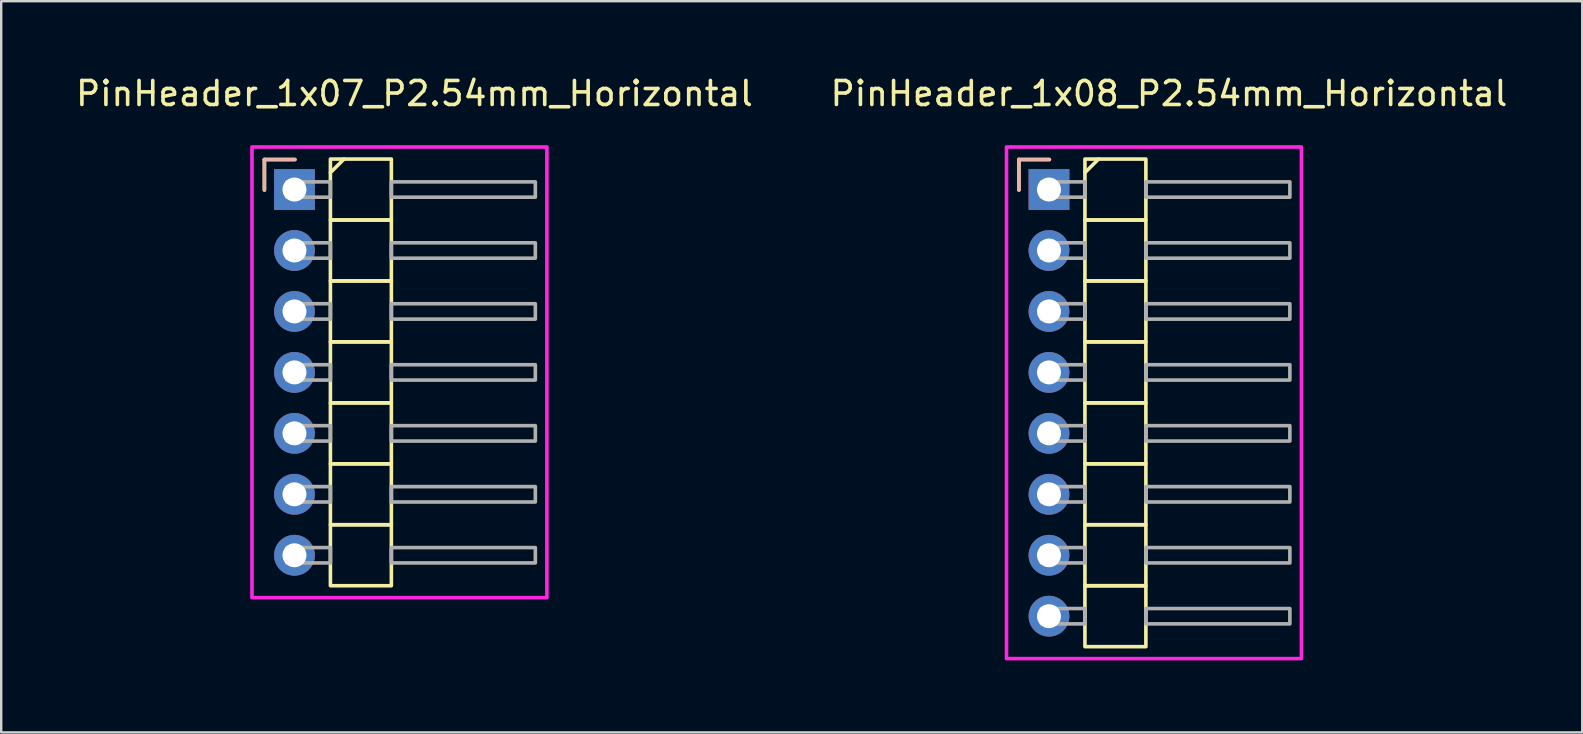
<source format=kicad_pcb>
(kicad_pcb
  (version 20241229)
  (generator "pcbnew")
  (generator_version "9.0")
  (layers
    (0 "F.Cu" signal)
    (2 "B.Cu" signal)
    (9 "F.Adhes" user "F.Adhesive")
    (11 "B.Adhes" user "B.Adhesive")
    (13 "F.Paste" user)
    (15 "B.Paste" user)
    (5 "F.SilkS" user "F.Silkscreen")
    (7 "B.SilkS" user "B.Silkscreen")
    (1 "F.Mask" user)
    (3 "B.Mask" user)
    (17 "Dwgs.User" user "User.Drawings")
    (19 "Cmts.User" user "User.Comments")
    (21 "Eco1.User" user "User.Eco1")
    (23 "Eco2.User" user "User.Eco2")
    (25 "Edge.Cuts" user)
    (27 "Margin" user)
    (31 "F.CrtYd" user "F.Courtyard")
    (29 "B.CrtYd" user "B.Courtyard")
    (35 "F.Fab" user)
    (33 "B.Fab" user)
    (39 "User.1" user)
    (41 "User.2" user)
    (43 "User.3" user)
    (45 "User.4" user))
  (footprint "PinHeader_1x07_P2.54mm_Horizontal"
    (layer "F.Cu")
    (at 9.22 4.848)
    (property "Reference" "PinHeader_1x07_P2.54mm_Horizontal" (at 5 -4 0) (unlocked yes) (layer "F.SilkS") (effects (font (size 1 1) (thickness 0.15))))
    (attr through_hole)
    (fp_line (start -1.252 -1.25) (end 0.018 -1.25) (stroke (width 0.15) (type solid)) (layer "F.SilkS"))
    (fp_line (start -1.252 0.02) (end -1.252 -1.25) (stroke (width 0.15) (type solid)) (layer "F.SilkS"))
    (fp_line (start 2.064 -1.27) (end 1.499 -0.704) (stroke (width 0.15) (type solid)) (layer "F.SilkS"))
    (fp_poly (pts (xy 4.038 1.269) (xy 1.498 1.269) (xy 1.498 -1.271) (xy 4.038 -1.271)) (stroke (width 0.15) (type solid)) (fill no) (layer "F.SilkS"))
    (fp_poly (pts (xy 4.038 3.809) (xy 1.498 3.809) (xy 1.498 1.269) (xy 4.038 1.269)) (stroke (width 0.15) (type solid)) (fill no) (layer "F.SilkS"))
    (fp_poly (pts (xy 4.038 6.349) (xy 1.498 6.349) (xy 1.498 3.809) (xy 4.038 3.809)) (stroke (width 0.15) (type solid)) (fill no) (layer "F.SilkS"))
    (fp_poly (pts (xy 4.038 8.889) (xy 1.498 8.889) (xy 1.498 6.349) (xy 4.038 6.349)) (stroke (width 0.15) (type solid)) (fill no) (layer "F.SilkS"))
    (fp_poly (pts (xy 4.038 11.429) (xy 1.498 11.429) (xy 1.498 8.889) (xy 4.038 8.889)) (stroke (width 0.15) (type solid)) (fill no) (layer "F.SilkS"))
    (fp_poly (pts (xy 4.038 13.969) (xy 1.498 13.969) (xy 1.498 11.429) (xy 4.038 11.429)) (stroke (width 0.15) (type solid)) (fill no) (layer "F.SilkS"))
    (fp_poly (pts (xy 4.038 16.509) (xy 1.498 16.509) (xy 1.498 13.969) (xy 4.038 13.969)) (stroke (width 0.15) (type solid)) (fill no) (layer "F.SilkS"))
    (fp_line (start -1.252 -1.25) (end 0.018 -1.25) (stroke (width 0.15) (type solid)) (layer "B.SilkS"))
    (fp_line (start -1.252 0.02) (end -1.252 -1.25) (stroke (width 0.15) (type solid)) (layer "B.SilkS"))
    (fp_poly (pts (xy 10.52 17.006) (xy -1.77 17.006) (xy -1.77 -1.773) (xy 10.52 -1.773)) (stroke (width 0.15) (type solid)) (fill no) (layer "F.CrtYd"))
    (fp_poly (pts (xy 0.32 0.32) (xy -0.32 0.32) (xy -0.32 -0.32) (xy 0.32 -0.32)) (stroke (width 0.15) (type solid)) (fill no) (layer "F.Fab"))
    (fp_poly (pts (xy 0.32 2.86) (xy -0.32 2.86) (xy -0.32 2.22) (xy 0.32 2.22)) (stroke (width 0.15) (type solid)) (fill no) (layer "F.Fab"))
    (fp_poly (pts (xy 0.32 5.4) (xy -0.32 5.4) (xy -0.32 4.76) (xy 0.32 4.76)) (stroke (width 0.15) (type solid)) (fill no) (layer "F.Fab"))
    (fp_poly (pts (xy 0.32 7.94) (xy -0.32 7.94) (xy -0.32 7.3) (xy 0.32 7.3)) (stroke (width 0.15) (type solid)) (fill no) (layer "F.Fab"))
    (fp_poly (pts (xy 0.32 10.48) (xy -0.32 10.48) (xy -0.32 9.84) (xy 0.32 9.84)) (stroke (width 0.15) (type solid)) (fill no) (layer "F.Fab"))
    (fp_poly (pts (xy 0.32 13.02) (xy -0.32 13.02) (xy -0.32 12.38) (xy 0.32 12.38)) (stroke (width 0.15) (type solid)) (fill no) (layer "F.Fab"))
    (fp_poly (pts (xy 0.32 15.56) (xy -0.32 15.56) (xy -0.32 14.92) (xy 0.32 14.92)) (stroke (width 0.15) (type solid)) (fill no) (layer "F.Fab"))
    (fp_poly (pts (xy 1.499 0.32) (xy -0.001 0.32) (xy -0.001 -0.32) (xy 1.499 -0.32)) (stroke (width 0.15) (type solid)) (fill no) (layer "F.Fab"))
    (fp_poly (pts (xy 1.499 2.86) (xy -0.001 2.86) (xy -0.001 2.22) (xy 1.499 2.22)) (stroke (width 0.15) (type solid)) (fill no) (layer "F.Fab"))
    (fp_poly (pts (xy 1.499 5.4) (xy -0.001 5.4) (xy -0.001 4.76) (xy 1.499 4.76)) (stroke (width 0.15) (type solid)) (fill no) (layer "F.Fab"))
    (fp_poly (pts (xy 1.499 7.94) (xy -0.001 7.94) (xy -0.001 7.3) (xy 1.499 7.3)) (stroke (width 0.15) (type solid)) (fill no) (layer "F.Fab"))
    (fp_poly (pts (xy 1.499 10.48) (xy -0.001 10.48) (xy -0.001 9.84) (xy 1.499 9.84)) (stroke (width 0.15) (type solid)) (fill no) (layer "F.Fab"))
    (fp_poly (pts (xy 1.499 13.02) (xy -0.001 13.02) (xy -0.001 12.38) (xy 1.499 12.38)) (stroke (width 0.15) (type solid)) (fill no) (layer "F.Fab"))
    (fp_poly (pts (xy 1.499 15.56) (xy -0.001 15.56) (xy -0.001 14.92) (xy 1.499 14.92)) (stroke (width 0.15) (type solid)) (fill no) (layer "F.Fab"))
    (fp_poly (pts (xy 10.038 0.32) (xy 4.038 0.32) (xy 4.038 -0.32) (xy 10.038 -0.32)) (stroke (width 0.15) (type solid)) (fill no) (layer "F.Fab"))
    (fp_poly (pts (xy 10.038 2.86) (xy 4.038 2.86) (xy 4.038 2.22) (xy 10.038 2.22)) (stroke (width 0.15) (type solid)) (fill no) (layer "F.Fab"))
    (fp_poly (pts (xy 10.038 5.4) (xy 4.038 5.4) (xy 4.038 4.76) (xy 10.038 4.76)) (stroke (width 0.15) (type solid)) (fill no) (layer "F.Fab"))
    (fp_poly (pts (xy 10.038 7.94) (xy 4.038 7.94) (xy 4.038 7.3) (xy 10.038 7.3)) (stroke (width 0.15) (type solid)) (fill no) (layer "F.Fab"))
    (fp_poly (pts (xy 10.038 10.48) (xy 4.038 10.48) (xy 4.038 9.84) (xy 10.038 9.84)) (stroke (width 0.15) (type solid)) (fill no) (layer "F.Fab"))
    (fp_poly (pts (xy 10.038 13.02) (xy 4.038 13.02) (xy 4.038 12.38) (xy 10.038 12.38)) (stroke (width 0.15) (type solid)) (fill no) (layer "F.Fab"))
    (fp_poly (pts (xy 10.038 15.56) (xy 4.038 15.56) (xy 4.038 14.92) (xy 10.038 14.92)) (stroke (width 0.15) (type solid)) (fill no) (layer "F.Fab"))
    (pad "1" thru_hole rect (at 0 0) (size 1.7 1.7) (drill 1) (layers "*.Cu" "*.Mask"))
    (pad "2" thru_hole oval (at 0 2.54) (size 1.7 1.7) (drill 1) (layers "*.Cu" "*.Mask"))
    (pad "3" thru_hole oval (at 0 5.08) (size 1.7 1.7) (drill 1) (layers "*.Cu" "*.Mask"))
    (pad "4" thru_hole oval (at 0 7.62) (size 1.7 1.7) (drill 1) (layers "*.Cu" "*.Mask"))
    (pad "5" thru_hole oval (at 0 10.16) (size 1.7 1.7) (drill 1) (layers "*.Cu" "*.Mask"))
    (pad "6" thru_hole oval (at 0 12.7) (size 1.7 1.7) (drill 1) (layers "*.Cu" "*.Mask"))
    (pad "7" thru_hole oval (at 0 15.24) (size 1.7 1.7) (drill 1) (layers "*.Cu" "*.Mask")))
  (footprint "PinHeader_1x08_P2.54mm_Horizontal"
    (layer "F.Cu")
    (at 40.661 4.848)
    (property "Reference" "PinHeader_1x08_P2.54mm_Horizontal" (at 5 -4 0) (unlocked yes) (layer "F.SilkS") (effects (font (size 1 1) (thickness 0.15))))
    (attr through_hole)
    (fp_line (start -1.252 -1.25) (end 0.018 -1.25) (stroke (width 0.15) (type solid)) (layer "F.SilkS"))
    (fp_line (start -1.252 0.02) (end -1.252 -1.25) (stroke (width 0.15) (type solid)) (layer "F.SilkS"))
    (fp_line (start 2.064 -1.27) (end 1.499 -0.704) (stroke (width 0.15) (type solid)) (layer "F.SilkS"))
    (fp_poly (pts (xy 4.038 1.269) (xy 1.498 1.269) (xy 1.498 -1.271) (xy 4.038 -1.271)) (stroke (width 0.15) (type solid)) (fill no) (layer "F.SilkS"))
    (fp_poly (pts (xy 4.038 3.809) (xy 1.498 3.809) (xy 1.498 1.269) (xy 4.038 1.269)) (stroke (width 0.15) (type solid)) (fill no) (layer "F.SilkS"))
    (fp_poly (pts (xy 4.038 6.349) (xy 1.498 6.349) (xy 1.498 3.809) (xy 4.038 3.809)) (stroke (width 0.15) (type solid)) (fill no) (layer "F.SilkS"))
    (fp_poly (pts (xy 4.038 8.889) (xy 1.498 8.889) (xy 1.498 6.349) (xy 4.038 6.349)) (stroke (width 0.15) (type solid)) (fill no) (layer "F.SilkS"))
    (fp_poly (pts (xy 4.038 11.429) (xy 1.498 11.429) (xy 1.498 8.889) (xy 4.038 8.889)) (stroke (width 0.15) (type solid)) (fill no) (layer "F.SilkS"))
    (fp_poly (pts (xy 4.038 13.969) (xy 1.498 13.969) (xy 1.498 11.429) (xy 4.038 11.429)) (stroke (width 0.15) (type solid)) (fill no) (layer "F.SilkS"))
    (fp_poly (pts (xy 4.038 16.509) (xy 1.498 16.509) (xy 1.498 13.969) (xy 4.038 13.969)) (stroke (width 0.15) (type solid)) (fill no) (layer "F.SilkS"))
    (fp_poly (pts (xy 4.038 19.049) (xy 1.498 19.049) (xy 1.498 16.509) (xy 4.038 16.509)) (stroke (width 0.15) (type solid)) (fill no) (layer "F.SilkS"))
    (fp_line (start -1.252 -1.25) (end 0.018 -1.25) (stroke (width 0.15) (type solid)) (layer "B.SilkS"))
    (fp_line (start -1.252 0.02) (end -1.252 -1.25) (stroke (width 0.15) (type solid)) (layer "B.SilkS"))
    (fp_poly (pts (xy 10.52 19.546) (xy -1.77 19.546) (xy -1.77 -1.773) (xy 10.52 -1.773)) (stroke (width 0.15) (type solid)) (fill no) (layer "F.CrtYd"))
    (fp_poly (pts (xy 0.32 0.32) (xy -0.32 0.32) (xy -0.32 -0.32) (xy 0.32 -0.32)) (stroke (width 0.15) (type solid)) (fill no) (layer "F.Fab"))
    (fp_poly (pts (xy 0.32 2.86) (xy -0.32 2.86) (xy -0.32 2.22) (xy 0.32 2.22)) (stroke (width 0.15) (type solid)) (fill no) (layer "F.Fab"))
    (fp_poly (pts (xy 0.32 5.4) (xy -0.32 5.4) (xy -0.32 4.76) (xy 0.32 4.76)) (stroke (width 0.15) (type solid)) (fill no) (layer "F.Fab"))
    (fp_poly (pts (xy 0.32 7.94) (xy -0.32 7.94) (xy -0.32 7.3) (xy 0.32 7.3)) (stroke (width 0.15) (type solid)) (fill no) (layer "F.Fab"))
    (fp_poly (pts (xy 0.32 10.48) (xy -0.32 10.48) (xy -0.32 9.84) (xy 0.32 9.84)) (stroke (width 0.15) (type solid)) (fill no) (layer "F.Fab"))
    (fp_poly (pts (xy 0.32 13.02) (xy -0.32 13.02) (xy -0.32 12.38) (xy 0.32 12.38)) (stroke (width 0.15) (type solid)) (fill no) (layer "F.Fab"))
    (fp_poly (pts (xy 0.32 15.56) (xy -0.32 15.56) (xy -0.32 14.92) (xy 0.32 14.92)) (stroke (width 0.15) (type solid)) (fill no) (layer "F.Fab"))
    (fp_poly (pts (xy 0.32 18.099) (xy -0.32 18.099) (xy -0.32 17.46) (xy 0.32 17.46)) (stroke (width 0.15) (type solid)) (fill no) (layer "F.Fab"))
    (fp_poly (pts (xy 1.499 0.32) (xy -0.001 0.32) (xy -0.001 -0.32) (xy 1.499 -0.32)) (stroke (width 0.15) (type solid)) (fill no) (layer "F.Fab"))
    (fp_poly (pts (xy 1.499 2.86) (xy -0.001 2.86) (xy -0.001 2.22) (xy 1.499 2.22)) (stroke (width 0.15) (type solid)) (fill no) (layer "F.Fab"))
    (fp_poly (pts (xy 1.499 5.4) (xy -0.001 5.4) (xy -0.001 4.76) (xy 1.499 4.76)) (stroke (width 0.15) (type solid)) (fill no) (layer "F.Fab"))
    (fp_poly (pts (xy 1.499 7.94) (xy -0.001 7.94) (xy -0.001 7.3) (xy 1.499 7.3)) (stroke (width 0.15) (type solid)) (fill no) (layer "F.Fab"))
    (fp_poly (pts (xy 1.499 10.48) (xy -0.001 10.48) (xy -0.001 9.84) (xy 1.499 9.84)) (stroke (width 0.15) (type solid)) (fill no) (layer "F.Fab"))
    (fp_poly (pts (xy 1.499 13.02) (xy -0.001 13.02) (xy -0.001 12.38) (xy 1.499 12.38)) (stroke (width 0.15) (type solid)) (fill no) (layer "F.Fab"))
    (fp_poly (pts (xy 1.499 15.56) (xy -0.001 15.56) (xy -0.001 14.92) (xy 1.499 14.92)) (stroke (width 0.15) (type solid)) (fill no) (layer "F.Fab"))
    (fp_poly (pts (xy 1.499 18.099) (xy -0.001 18.099) (xy -0.001 17.46) (xy 1.499 17.46)) (stroke (width 0.15) (type solid)) (fill no) (layer "F.Fab"))
    (fp_poly (pts (xy 10.038 0.32) (xy 4.038 0.32) (xy 4.038 -0.32) (xy 10.038 -0.32)) (stroke (width 0.15) (type solid)) (fill no) (layer "F.Fab"))
    (fp_poly (pts (xy 10.038 2.86) (xy 4.038 2.86) (xy 4.038 2.22) (xy 10.038 2.22)) (stroke (width 0.15) (type solid)) (fill no) (layer "F.Fab"))
    (fp_poly (pts (xy 10.038 5.4) (xy 4.038 5.4) (xy 4.038 4.76) (xy 10.038 4.76)) (stroke (width 0.15) (type solid)) (fill no) (layer "F.Fab"))
    (fp_poly (pts (xy 10.038 7.94) (xy 4.038 7.94) (xy 4.038 7.3) (xy 10.038 7.3)) (stroke (width 0.15) (type solid)) (fill no) (layer "F.Fab"))
    (fp_poly (pts (xy 10.038 10.48) (xy 4.038 10.48) (xy 4.038 9.84) (xy 10.038 9.84)) (stroke (width 0.15) (type solid)) (fill no) (layer "F.Fab"))
    (fp_poly (pts (xy 10.038 13.02) (xy 4.038 13.02) (xy 4.038 12.38) (xy 10.038 12.38)) (stroke (width 0.15) (type solid)) (fill no) (layer "F.Fab"))
    (fp_poly (pts (xy 10.038 15.56) (xy 4.038 15.56) (xy 4.038 14.92) (xy 10.038 14.92)) (stroke (width 0.15) (type solid)) (fill no) (layer "F.Fab"))
    (fp_poly (pts (xy 10.038 18.099) (xy 4.038 18.099) (xy 4.038 17.46) (xy 10.038 17.46)) (stroke (width 0.15) (type solid)) (fill no) (layer "F.Fab"))
    (pad "1" thru_hole rect (at 0 0) (size 1.7 1.7) (drill 1) (layers "*.Cu" "*.Mask"))
    (pad "2" thru_hole oval (at 0 2.54) (size 1.7 1.7) (drill 1) (layers "*.Cu" "*.Mask"))
    (pad "3" thru_hole oval (at 0 5.08) (size 1.7 1.7) (drill 1) (layers "*.Cu" "*.Mask"))
    (pad "4" thru_hole oval (at 0 7.62) (size 1.7 1.7) (drill 1) (layers "*.Cu" "*.Mask"))
    (pad "5" thru_hole oval (at 0 10.16) (size 1.7 1.7) (drill 1) (layers "*.Cu" "*.Mask"))
    (pad "6" thru_hole oval (at 0 12.7) (size 1.7 1.7) (drill 1) (layers "*.Cu" "*.Mask"))
    (pad "7" thru_hole oval (at 0 15.24) (size 1.7 1.7) (drill 1) (layers "*.Cu" "*.Mask"))
    (pad "8" thru_hole oval (at 0 17.779) (size 1.7 1.7) (drill 1) (layers "*.Cu" "*.Mask")))
  (gr_rect
    (start -3 -3)
    (end 62.881 27.47)
    (stroke (width 0.1) (type default))
    (fill no)
    (layer "Edge.Cuts")))
</source>
